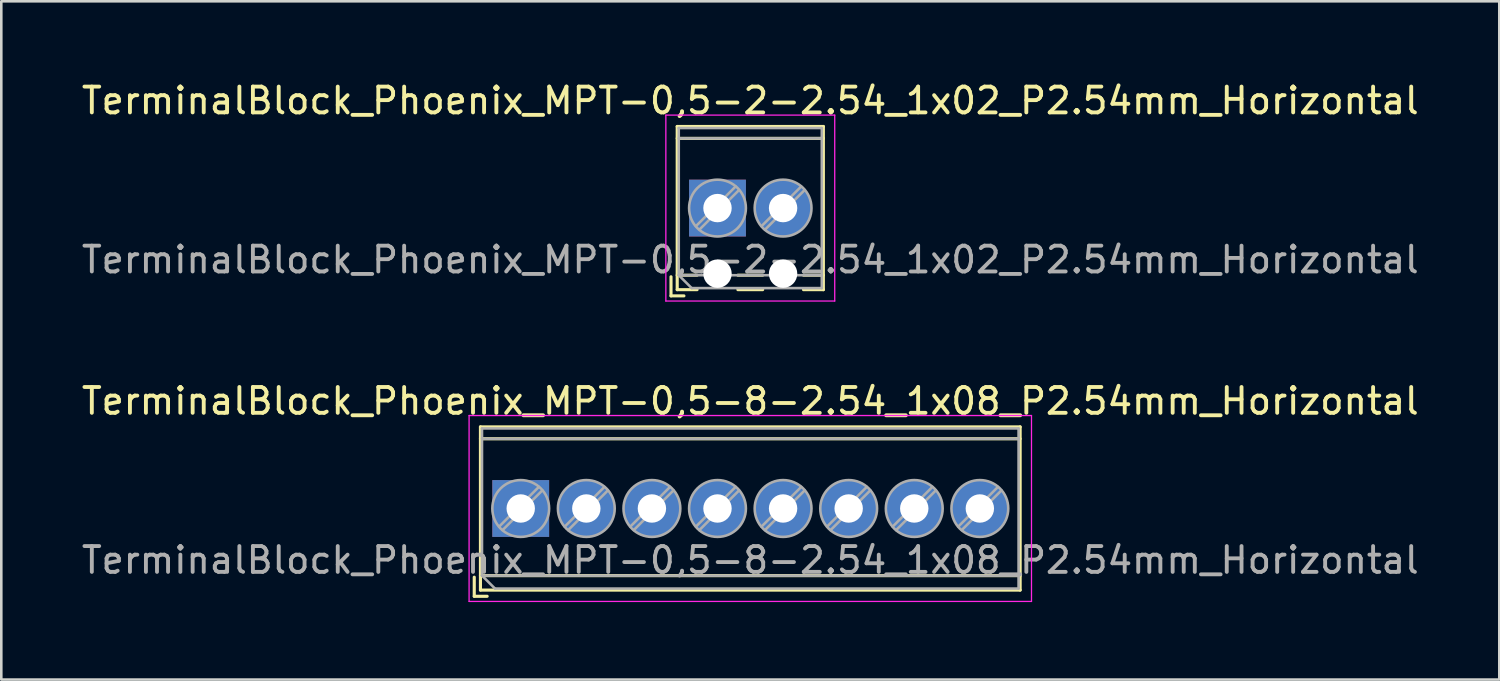
<source format=kicad_pcb>
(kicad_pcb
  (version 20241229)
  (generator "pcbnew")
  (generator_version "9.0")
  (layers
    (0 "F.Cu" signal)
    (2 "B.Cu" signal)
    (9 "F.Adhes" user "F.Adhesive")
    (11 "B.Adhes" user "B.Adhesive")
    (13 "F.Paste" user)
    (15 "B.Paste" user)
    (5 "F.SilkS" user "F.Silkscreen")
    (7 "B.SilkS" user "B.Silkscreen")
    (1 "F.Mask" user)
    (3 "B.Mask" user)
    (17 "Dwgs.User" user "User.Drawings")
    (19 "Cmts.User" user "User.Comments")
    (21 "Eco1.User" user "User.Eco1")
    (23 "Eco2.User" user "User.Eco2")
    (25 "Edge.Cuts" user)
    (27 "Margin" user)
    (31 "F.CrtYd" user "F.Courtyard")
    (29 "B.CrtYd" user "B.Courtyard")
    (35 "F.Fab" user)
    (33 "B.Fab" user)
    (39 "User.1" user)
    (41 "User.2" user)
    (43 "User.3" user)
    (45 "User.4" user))
  (footprint "TerminalBlock_Phoenix_MPT-0,5-8-2.54_1x08_P2.54mm_Horizontal"
    (layer "F.Cu")
    (at 17.116 16.642)
    (property "Reference" "TerminalBlock_Phoenix_MPT-0,5-8-2.54_1x08_P2.54mm_Horizontal" (at 8.89 -4.16 0) (layer "F.SilkS") (effects (font (size 1 1) (thickness 0.15))))
    (attr through_hole)
    (fp_line (start -1.8 2.66) (end -1.8 3.4) (stroke (width 0.12) (type solid)) (layer "F.SilkS"))
    (fp_line (start -1.8 3.4) (end -1.3 3.4) (stroke (width 0.12) (type solid)) (layer "F.SilkS"))
    (fp_line (start -1.56 -3.16) (end -1.56 3.16) (stroke (width 0.12) (type solid)) (layer "F.SilkS"))
    (fp_line (start -1.56 -3.16) (end 19.341 -3.16) (stroke (width 0.12) (type solid)) (layer "F.SilkS"))
    (fp_line (start -1.56 -2.7) (end 19.341 -2.7) (stroke (width 0.12) (type solid)) (layer "F.SilkS"))
    (fp_line (start -1.56 2.6) (end 19.341 2.6) (stroke (width 0.12) (type solid)) (layer "F.SilkS"))
    (fp_line (start -1.56 3.16) (end 19.341 3.16) (stroke (width 0.12) (type solid)) (layer "F.SilkS"))
    (fp_line (start 19.341 -3.16) (end 19.341 3.16) (stroke (width 0.12) (type solid)) (layer "F.SilkS"))
    (fp_line (start -2 -3.6) (end -2 3.6) (stroke (width 0.05) (type solid)) (layer "F.CrtYd"))
    (fp_line (start -2 3.6) (end 19.78 3.6) (stroke (width 0.05) (type solid)) (layer "F.CrtYd"))
    (fp_line (start 19.78 -3.6) (end -2 -3.6) (stroke (width 0.05) (type solid)) (layer "F.CrtYd"))
    (fp_line (start 19.78 3.6) (end 19.78 -3.6) (stroke (width 0.05) (type solid)) (layer "F.CrtYd"))
    (fp_line (start -1.5 -3.1) (end 19.28 -3.1) (stroke (width 0.1) (type solid)) (layer "F.Fab"))
    (fp_line (start -1.5 -2.7) (end 19.28 -2.7) (stroke (width 0.1) (type solid)) (layer "F.Fab"))
    (fp_line (start -1.5 2.6) (end -1.5 -3.1) (stroke (width 0.1) (type solid)) (layer "F.Fab"))
    (fp_line (start -1.5 2.6) (end 19.28 2.6) (stroke (width 0.1) (type solid)) (layer "F.Fab"))
    (fp_line (start -1 3.1) (end -1.5 2.6) (stroke (width 0.1) (type solid)) (layer "F.Fab"))
    (fp_line (start 0.701 -0.835) (end -0.835 0.7) (stroke (width 0.1) (type solid)) (layer "F.Fab"))
    (fp_line (start 0.835 -0.7) (end -0.701 0.835) (stroke (width 0.1) (type solid)) (layer "F.Fab"))
    (fp_line (start 3.241 -0.835) (end 1.706 0.7) (stroke (width 0.1) (type solid)) (layer "F.Fab"))
    (fp_line (start 3.375 -0.7) (end 1.84 0.835) (stroke (width 0.1) (type solid)) (layer "F.Fab"))
    (fp_line (start 5.781 -0.835) (end 4.246 0.7) (stroke (width 0.1) (type solid)) (layer "F.Fab"))
    (fp_line (start 5.915 -0.7) (end 4.38 0.835) (stroke (width 0.1) (type solid)) (layer "F.Fab"))
    (fp_line (start 8.321 -0.835) (end 6.786 0.7) (stroke (width 0.1) (type solid)) (layer "F.Fab"))
    (fp_line (start 8.455 -0.7) (end 6.92 0.835) (stroke (width 0.1) (type solid)) (layer "F.Fab"))
    (fp_line (start 10.861 -0.835) (end 9.326 0.7) (stroke (width 0.1) (type solid)) (layer "F.Fab"))
    (fp_line (start 10.995 -0.7) (end 9.46 0.835) (stroke (width 0.1) (type solid)) (layer "F.Fab"))
    (fp_line (start 13.401 -0.835) (end 11.866 0.7) (stroke (width 0.1) (type solid)) (layer "F.Fab"))
    (fp_line (start 13.535 -0.7) (end 12 0.835) (stroke (width 0.1) (type solid)) (layer "F.Fab"))
    (fp_line (start 15.941 -0.835) (end 14.406 0.7) (stroke (width 0.1) (type solid)) (layer "F.Fab"))
    (fp_line (start 16.075 -0.7) (end 14.54 0.835) (stroke (width 0.1) (type solid)) (layer "F.Fab"))
    (fp_line (start 18.481 -0.835) (end 16.946 0.7) (stroke (width 0.1) (type solid)) (layer "F.Fab"))
    (fp_line (start 18.615 -0.7) (end 17.08 0.835) (stroke (width 0.1) (type solid)) (layer "F.Fab"))
    (fp_line (start 19.28 -3.1) (end 19.28 3.1) (stroke (width 0.1) (type solid)) (layer "F.Fab"))
    (fp_line (start 19.28 3.1) (end -1 3.1) (stroke (width 0.1) (type solid)) (layer "F.Fab"))
    (fp_circle (center 0 0) (end 1.1 0) (stroke (width 0.1) (type solid)) (fill no) (layer "F.Fab"))
    (fp_circle (center 2.54 0) (end 3.64 0) (stroke (width 0.1) (type solid)) (fill no) (layer "F.Fab"))
    (fp_circle (center 5.08 0) (end 6.18 0) (stroke (width 0.1) (type solid)) (fill no) (layer "F.Fab"))
    (fp_circle (center 7.62 0) (end 8.72 0) (stroke (width 0.1) (type solid)) (fill no) (layer "F.Fab"))
    (fp_circle (center 10.16 0) (end 11.26 0) (stroke (width 0.1) (type solid)) (fill no) (layer "F.Fab"))
    (fp_circle (center 12.7 0) (end 13.8 0) (stroke (width 0.1) (type solid)) (fill no) (layer "F.Fab"))
    (fp_circle (center 15.24 0) (end 16.34 0) (stroke (width 0.1) (type solid)) (fill no) (layer "F.Fab"))
    (fp_circle (center 17.78 0) (end 18.88 0) (stroke (width 0.1) (type solid)) (fill no) (layer "F.Fab"))
    (fp_text user "${REFERENCE}" (at 8.89 2 0) (layer "F.Fab") (effects (font (size 1 1) (thickness 0.15))))
    (pad "1" thru_hole rect (at 0 0) (size 2.2 2.2) (drill 1.1) (layers "*.Cu" "*.Mask"))
    (pad "2" thru_hole circle (at 2.54 0) (size 2.2 2.2) (drill 1.1) (layers "*.Cu" "*.Mask"))
    (pad "3" thru_hole circle (at 5.08 0) (size 2.2 2.2) (drill 1.1) (layers "*.Cu" "*.Mask"))
    (pad "4" thru_hole circle (at 7.62 0) (size 2.2 2.2) (drill 1.1) (layers "*.Cu" "*.Mask"))
    (pad "5" thru_hole circle (at 10.16 0) (size 2.2 2.2) (drill 1.1) (layers "*.Cu" "*.Mask"))
    (pad "6" thru_hole circle (at 12.7 0) (size 2.2 2.2) (drill 1.1) (layers "*.Cu" "*.Mask"))
    (pad "7" thru_hole circle (at 15.24 0) (size 2.2 2.2) (drill 1.1) (layers "*.Cu" "*.Mask"))
    (pad "8" thru_hole circle (at 17.78 0) (size 2.2 2.2) (drill 1.1) (layers "*.Cu" "*.Mask")))
  (footprint "TerminalBlock_Phoenix_MPT-0,5-2-2.54_1x02_P2.54mm_Horizontal"
    (layer "F.Cu")
    (at 24.736 5.008)
    (property "Reference" "TerminalBlock_Phoenix_MPT-0,5-2-2.54_1x02_P2.54mm_Horizontal" (at 1.27 -4.16 0) (layer "F.SilkS") (effects (font (size 1 1) (thickness 0.15))))
    (attr through_hole)
    (fp_line (start -1.8 2.66) (end -1.8 3.4) (stroke (width 0.12) (type solid)) (layer "F.SilkS"))
    (fp_line (start -1.8 3.4) (end -1.3 3.4) (stroke (width 0.12) (type solid)) (layer "F.SilkS"))
    (fp_line (start -1.56 -3.16) (end -1.56 3.16) (stroke (width 0.12) (type solid)) (layer "F.SilkS"))
    (fp_line (start -1.56 -3.16) (end 4.1 -3.16) (stroke (width 0.12) (type solid)) (layer "F.SilkS"))
    (fp_line (start -1.56 -2.7) (end 4.1 -2.7) (stroke (width 0.12) (type solid)) (layer "F.SilkS"))
    (fp_line (start -1.56 2.6) (end -0.79 2.6) (stroke (width 0.12) (type solid)) (layer "F.SilkS"))
    (fp_line (start -1.56 3.16) (end -0.79 3.16) (stroke (width 0.12) (type solid)) (layer "F.SilkS"))
    (fp_line (start 0.79 2.6) (end 1.75 2.6) (stroke (width 0.12) (type solid)) (layer "F.SilkS"))
    (fp_line (start 0.79 3.16) (end 1.75 3.16) (stroke (width 0.12) (type solid)) (layer "F.SilkS"))
    (fp_line (start 3.33 2.6) (end 4.1 2.6) (stroke (width 0.12) (type solid)) (layer "F.SilkS"))
    (fp_line (start 3.33 3.16) (end 4.1 3.16) (stroke (width 0.12) (type solid)) (layer "F.SilkS"))
    (fp_line (start 4.1 -3.16) (end 4.1 3.16) (stroke (width 0.12) (type solid)) (layer "F.SilkS"))
    (fp_line (start -2 -3.6) (end -2 3.6) (stroke (width 0.05) (type solid)) (layer "F.CrtYd"))
    (fp_line (start -2 3.6) (end 4.54 3.6) (stroke (width 0.05) (type solid)) (layer "F.CrtYd"))
    (fp_line (start 4.54 -3.6) (end -2 -3.6) (stroke (width 0.05) (type solid)) (layer "F.CrtYd"))
    (fp_line (start 4.54 3.6) (end 4.54 -3.6) (stroke (width 0.05) (type solid)) (layer "F.CrtYd"))
    (fp_line (start -1.5 -3.1) (end 4.04 -3.1) (stroke (width 0.1) (type solid)) (layer "F.Fab"))
    (fp_line (start -1.5 -2.7) (end 4.04 -2.7) (stroke (width 0.1) (type solid)) (layer "F.Fab"))
    (fp_line (start -1.5 2.6) (end -1.5 -3.1) (stroke (width 0.1) (type solid)) (layer "F.Fab"))
    (fp_line (start -1.5 2.6) (end 4.04 2.6) (stroke (width 0.1) (type solid)) (layer "F.Fab"))
    (fp_line (start -1 3.1) (end -1.5 2.6) (stroke (width 0.1) (type solid)) (layer "F.Fab"))
    (fp_line (start 0.701 -0.835) (end -0.835 0.7) (stroke (width 0.1) (type solid)) (layer "F.Fab"))
    (fp_line (start 0.835 -0.7) (end -0.701 0.835) (stroke (width 0.1) (type solid)) (layer "F.Fab"))
    (fp_line (start 3.241 -0.835) (end 1.706 0.7) (stroke (width 0.1) (type solid)) (layer "F.Fab"))
    (fp_line (start 3.375 -0.7) (end 1.84 0.835) (stroke (width 0.1) (type solid)) (layer "F.Fab"))
    (fp_line (start 4.04 -3.1) (end 4.04 3.1) (stroke (width 0.1) (type solid)) (layer "F.Fab"))
    (fp_line (start 4.04 3.1) (end -1 3.1) (stroke (width 0.1) (type solid)) (layer "F.Fab"))
    (fp_circle (center 0 0) (end 1.1 0) (stroke (width 0.1) (type solid)) (fill no) (layer "F.Fab"))
    (fp_circle (center 2.54 0) (end 3.64 0) (stroke (width 0.1) (type solid)) (fill no) (layer "F.Fab"))
    (fp_text user "${REFERENCE}" (at 1.27 2 0) (layer "F.Fab") (effects (font (size 1 1) (thickness 0.15))))
    (pad "" np_thru_hole circle (at 0 2.54) (size 1.1 1.1) (drill 1.1) (layers "*.Cu" "*.Mask"))
    (pad "" np_thru_hole circle (at 2.54 2.54) (size 1.1 1.1) (drill 1.1) (layers "*.Cu" "*.Mask"))
    (pad "1" thru_hole rect (at 0 0) (size 2.2 2.2) (drill 1.1) (layers "*.Cu" "*.Mask"))
    (pad "2" thru_hole circle (at 2.54 0) (size 2.2 2.2) (drill 1.1) (layers "*.Cu" "*.Mask")))
  (gr_rect
    (start -3 -3)
    (end 55.012 23.267)
    (stroke (width 0.1) (type default))
    (fill no)
    (layer "Edge.Cuts")))
</source>
